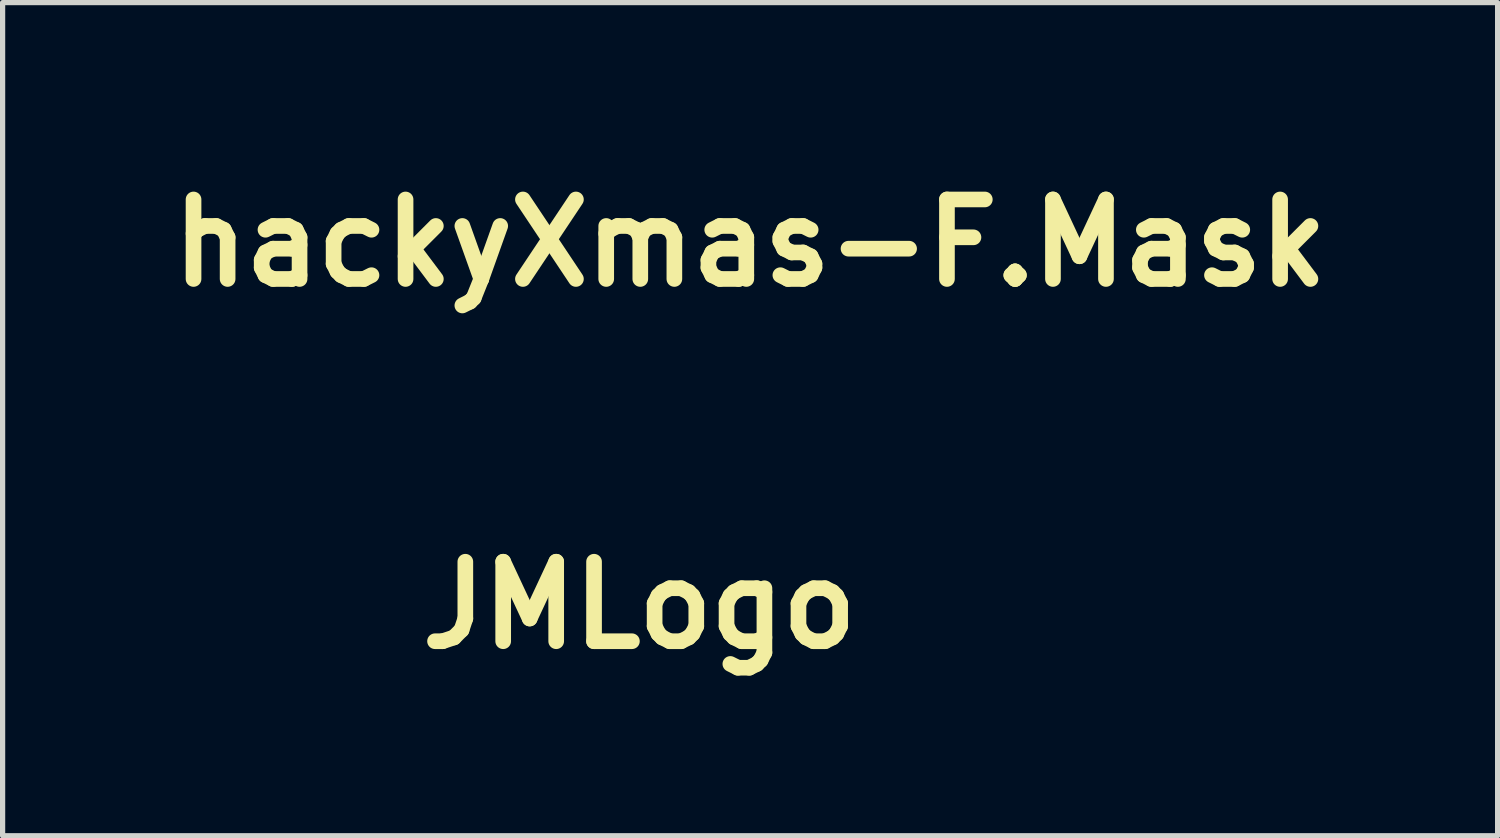
<source format=kicad_pcb>
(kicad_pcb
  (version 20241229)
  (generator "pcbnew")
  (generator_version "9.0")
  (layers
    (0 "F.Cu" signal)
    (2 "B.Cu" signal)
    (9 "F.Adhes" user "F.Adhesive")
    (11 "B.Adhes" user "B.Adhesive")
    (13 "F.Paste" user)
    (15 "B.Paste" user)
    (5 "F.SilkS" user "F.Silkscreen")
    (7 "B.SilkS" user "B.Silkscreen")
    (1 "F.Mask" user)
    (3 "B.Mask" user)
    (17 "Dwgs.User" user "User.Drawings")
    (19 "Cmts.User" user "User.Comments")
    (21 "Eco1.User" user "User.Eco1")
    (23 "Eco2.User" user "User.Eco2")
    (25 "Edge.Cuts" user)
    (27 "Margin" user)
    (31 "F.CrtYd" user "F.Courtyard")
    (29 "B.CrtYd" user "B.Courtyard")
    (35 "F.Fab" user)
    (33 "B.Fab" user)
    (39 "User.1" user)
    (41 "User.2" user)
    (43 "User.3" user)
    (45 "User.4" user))
  (footprint "hackyXmas-F.Mask"
    (layer "F.Cu")
    (at 3.2 2.116)
    (property "Reference" "hackyXmas-F.Mask" (at 8.128 -0.508 0) (layer "F.SilkS") (effects (font (size 1.524 1.524) (thickness 0.3))))
    (attr through_hole)
    (fp_poly (pts (xy 2.54 -2.111) (xy 2.765 -2.108) (xy 2.906 -2.102) (xy 2.946 -2.095) (xy 2.957 -2.031) (xy 2.966 -1.871) (xy 2.975 -1.629) (xy 2.982 -1.324) (xy 2.987 -0.97) (xy 2.991 -0.585) (xy 2.994 -0.183) (xy 2.994 0.218) (xy 2.994 0.603) (xy 2.991 0.954) (xy 2.986 1.257) (xy 2.98 1.495) (xy 2.971 1.652) (xy 2.963 1.708) (xy 2.879 1.8) (xy 2.802 1.834) (xy 2.724 1.84) (xy 2.548 1.848) (xy 2.285 1.858) (xy 1.951 1.869) (xy 1.559 1.881) (xy 1.123 1.894) (xy 0.655 1.907) (xy 0.17 1.92) (xy -0.318 1.932) (xy -0.796 1.944) (xy -1.25 1.954) (xy -1.666 1.963) (xy -2.032 1.969) (xy -2.332 1.974) (xy -2.554 1.976) (xy -2.569 1.976) (xy -2.822 1.967) (xy -2.971 1.941) (xy -3.023 1.903) (xy -3.028 1.831) (xy -3.03 1.66) (xy -3.028 1.404) (xy -3.023 1.077) (xy -3.015 0.693) (xy -3.005 0.267) (xy -2.998 0.001) (xy -2.982 -0.509) (xy -2.968 -0.918) (xy -2.955 -1.237) (xy -2.941 -1.478) (xy -2.926 -1.652) (xy -2.909 -1.77) (xy -2.889 -1.844) (xy -2.865 -1.885) (xy -2.852 -1.897) (xy -2.757 -1.926) (xy -2.565 -1.954) (xy -2.291 -1.979) (xy -1.952 -1.998) (xy -1.93 -1.999) (xy -1.583 -2.015) (xy -1.226 -2.033) (xy -0.898 -2.05) (xy -0.638 -2.066) (xy -0.607 -2.068) (xy -0.368 -2.081) (xy -0.221 -2.081) (xy -0.143 -2.065) (xy -0.115 -2.031) (xy -0.113 -2.008) (xy -0.158 -1.909) (xy -0.198 -1.883) (xy -0.24 -1.842) (xy -0.266 -1.744) (xy -0.279 -1.57) (xy -0.282 -1.353) (xy -0.287 -1.059) (xy -0.302 -0.86) (xy -0.333 -0.742) (xy -0.382 -0.687) (xy -0.429 -0.677) (xy -0.465 -0.655) (xy -0.488 -0.577) (xy -0.502 -0.428) (xy -0.507 -0.19) (xy -0.508 -0.039) (xy -0.508 0.599) (xy -0.694 0.779) (xy -0.82 0.887) (xy -0.941 0.941) (xy -1.105 0.958) (xy -1.193 0.96) (xy -1.409 0.947) (xy -1.544 0.902) (xy -1.6 0.856) (xy -1.685 0.69) (xy -1.667 0.518) (xy -1.552 0.372) (xy -1.436 0.225) (xy -1.419 0.052) (xy -1.503 -0.118) (xy -1.542 -0.159) (xy -1.711 -0.265) (xy -1.875 -0.259) (xy -2.022 -0.152) (xy -2.128 0.016) (xy -2.121 0.179) (xy -2.004 0.339) (xy -1.897 0.488) (xy -1.863 0.623) (xy -1.828 0.776) (xy -1.746 0.924) (xy -1.675 1.001) (xy -1.593 1.046) (xy -1.469 1.067) (xy -1.271 1.072) (xy -1.218 1.072) (xy -0.993 1.067) (xy -0.85 1.047) (xy -0.757 1.005) (xy -0.7 0.953) (xy -0.638 0.889) (xy -0.603 0.886) (xy -0.583 0.962) (xy -0.565 1.132) (xy -0.564 1.136) (xy -0.536 1.439) (xy -0.049 1.456) (xy 0.204 1.46) (xy 0.366 1.442) (xy 0.456 1.388) (xy 0.496 1.282) (xy 0.507 1.11) (xy 0.507 1.056) (xy 0.516 0.953) (xy 0.565 0.918) (xy 0.686 0.931) (xy 0.706 0.935) (xy 0.952 0.952) (xy 1.202 0.922) (xy 1.414 0.853) (xy 1.514 0.788) (xy 1.607 0.659) (xy 1.683 0.487) (xy 1.692 0.457) (xy 1.749 0.31) (xy 1.818 0.216) (xy 1.835 0.205) (xy 1.905 0.126) (xy 1.916 -0.008) (xy 1.872 -0.157) (xy 1.788 -0.272) (xy 1.619 -0.378) (xy 1.456 -0.371) (xy 1.308 -0.264) (xy 1.203 -0.098) (xy 1.21 0.063) (xy 1.329 0.223) (xy 1.355 0.245) (xy 1.49 0.4) (xy 1.513 0.543) (xy 1.424 0.674) (xy 1.341 0.734) (xy 1.11 0.83) (xy 0.865 0.832) (xy 0.678 0.782) (xy 0.492 0.717) (xy 0.523 0.042) (xy 0.535 -0.246) (xy 0.538 -0.439) (xy 0.53 -0.559) (xy 0.509 -0.624) (xy 0.474 -0.654) (xy 0.454 -0.66) (xy 0.381 -0.737) (xy 0.327 -0.918) (xy 0.294 -1.2) (xy 0.283 -1.568) (xy 0.27 -1.768) (xy 0.231 -1.874) (xy 0.198 -1.899) (xy 0.123 -1.966) (xy 0.113 -2.002) (xy 0.139 -2.026) (xy 0.225 -2.046) (xy 0.38 -2.062) (xy 0.614 -2.076) (xy 0.938 -2.088) (xy 1.362 -2.099) (xy 1.51 -2.102) (xy 1.896 -2.108) (xy 2.245 -2.111) (xy 2.54 -2.111)) (stroke (width 0.01) (type solid)) (fill yes) (layer "F.Mask")))
  (footprint "JMLogo"
    (layer "F.Cu")
    (at 9.208 8.552)
    (property "Reference" "JMLogo" (at 0 0 0) (layer "F.SilkS") (effects (font (size 1.524 1.524) (thickness 0.3))))
    (attr through_hole)
    (fp_poly (pts (xy 4.426 -1.156) (xy 4.49 -1.023) (xy 4.474 -0.88) (xy 4.389 -0.787) (xy 4.254 -0.765) (xy 4.123 -0.814) (xy 4.072 -0.875) (xy 4.048 -1.028) (xy 4.124 -1.153) (xy 4.275 -1.206) (xy 4.283 -1.206) (xy 4.426 -1.156)) (stroke (width 0.01) (type solid)) (fill yes) (layer "F.Paste"))
    (fp_poly (pts (xy 4.408 -0.385) (xy 4.452 -0.326) (xy 4.481 -0.219) (xy 4.499 -0.045) (xy 4.507 0.221) (xy 4.508 0.471) (xy 4.502 0.872) (xy 4.481 1.148) (xy 4.447 1.298) (xy 4.432 1.321) (xy 4.296 1.393) (xy 4.167 1.365) (xy 4.094 1.254) (xy 4.082 1.135) (xy 4.074 0.92) (xy 4.073 0.644) (xy 4.077 0.388) (xy 4.089 0.062) (xy 4.106 -0.159) (xy 4.132 -0.297) (xy 4.17 -0.375) (xy 4.202 -0.402) (xy 4.327 -0.431) (xy 4.408 -0.385)) (stroke (width 0.01) (type solid)) (fill yes) (layer "F.Paste"))
    (fp_poly (pts (xy 5.069 -1.418) (xy 5.107 -1.381) (xy 5.135 -1.31) (xy 5.156 -1.188) (xy 5.171 -1) (xy 5.181 -0.727) (xy 5.19 -0.352) (xy 5.193 -0.12) (xy 5.197 0.271) (xy 5.197 0.627) (xy 5.194 0.924) (xy 5.187 1.139) (xy 5.177 1.252) (xy 5.176 1.254) (xy 5.099 1.361) (xy 4.973 1.399) (xy 4.852 1.364) (xy 4.801 1.297) (xy 4.789 1.204) (xy 4.779 1.006) (xy 4.77 0.723) (xy 4.765 0.377) (xy 4.763 -0.011) (xy 4.763 -0.061) (xy 4.764 -0.501) (xy 4.769 -0.831) (xy 4.778 -1.067) (xy 4.794 -1.227) (xy 4.816 -1.328) (xy 4.848 -1.386) (xy 4.863 -1.401) (xy 4.985 -1.451) (xy 5.069 -1.418)) (stroke (width 0.01) (type solid)) (fill yes) (layer "F.Paste"))
    (fp_poly (pts (xy 5.768 -1.418) (xy 5.805 -1.381) (xy 5.833 -1.31) (xy 5.854 -1.188) (xy 5.869 -1) (xy 5.88 -0.727) (xy 5.888 -0.352) (xy 5.892 -0.12) (xy 5.896 0.271) (xy 5.896 0.627) (xy 5.892 0.924) (xy 5.885 1.139) (xy 5.875 1.252) (xy 5.875 1.254) (xy 5.798 1.361) (xy 5.672 1.399) (xy 5.551 1.364) (xy 5.5 1.297) (xy 5.488 1.204) (xy 5.477 1.006) (xy 5.469 0.723) (xy 5.463 0.377) (xy 5.461 -0.011) (xy 5.461 -0.061) (xy 5.462 -0.501) (xy 5.467 -0.831) (xy 5.477 -1.067) (xy 5.492 -1.227) (xy 5.515 -1.328) (xy 5.546 -1.386) (xy 5.562 -1.401) (xy 5.684 -1.451) (xy 5.768 -1.418)) (stroke (width 0.01) (type solid)) (fill yes) (layer "F.Paste"))
    (fp_poly (pts (xy 8.121 -0.4) (xy 8.276 -0.368) (xy 8.34 -0.392) (xy 8.479 -0.429) (xy 8.653 -0.433) (xy 8.797 -0.402) (xy 8.852 -0.326) (xy 8.858 -0.254) (xy 8.834 -0.136) (xy 8.735 -0.084) (xy 8.668 -0.074) (xy 8.486 -0.036) (xy 8.366 0.044) (xy 8.295 0.189) (xy 8.262 0.42) (xy 8.255 0.696) (xy 8.246 1) (xy 8.219 1.215) (xy 8.179 1.321) (xy 8.047 1.39) (xy 7.917 1.373) (xy 7.849 1.297) (xy 7.834 1.196) (xy 7.821 0.997) (xy 7.813 0.731) (xy 7.811 0.447) (xy 7.814 0.111) (xy 7.825 -0.119) (xy 7.847 -0.267) (xy 7.883 -0.354) (xy 7.911 -0.385) (xy 8.031 -0.435) (xy 8.121 -0.4)) (stroke (width 0.01) (type solid)) (fill yes) (layer "F.Paste"))
    (fp_poly (pts (xy -7.634 -0.223) (xy -7.632 0.212) (xy -7.638 0.571) (xy -7.654 0.838) (xy -7.678 0.998) (xy -7.685 1.019) (xy -7.825 1.203) (xy -8.048 1.331) (xy -8.32 1.394) (xy -8.609 1.387) (xy -8.88 1.303) (xy -8.936 1.272) (xy -9.126 1.092) (xy -9.203 0.854) (xy -9.197 0.689) (xy -9.139 0.566) (xy -9.035 0.54) (xy -8.918 0.607) (xy -8.833 0.73) (xy -8.73 0.907) (xy -8.609 0.991) (xy -8.423 1.015) (xy -8.401 1.015) (xy -8.256 1.001) (xy -8.15 0.945) (xy -8.077 0.831) (xy -8.032 0.643) (xy -8.009 0.364) (xy -8.001 -0.022) (xy -8.001 -0.106) (xy -8.001 -0.945) (xy -8.271 -0.965) (xy -8.442 -0.986) (xy -8.52 -1.031) (xy -8.541 -1.123) (xy -8.541 -1.143) (xy -8.534 -1.226) (xy -8.496 -1.273) (xy -8.399 -1.295) (xy -8.215 -1.301) (xy -8.096 -1.302) (xy -7.652 -1.302) (xy -7.634 -0.223)) (stroke (width 0.01) (type solid)) (fill yes) (layer "F.Paste"))
    (fp_poly (pts (xy -0.605 -0.42) (xy -0.419 -0.357) (xy -0.3 -0.27) (xy -0.272 -0.171) (xy -0.306 -0.116) (xy -0.419 -0.065) (xy -0.613 -0.036) (xy -0.718 -0.032) (xy -0.915 -0.025) (xy -1.014 0.003) (xy -1.047 0.062) (xy -1.048 0.086) (xy -0.999 0.182) (xy -0.845 0.276) (xy -0.73 0.323) (xy -0.479 0.439) (xy -0.332 0.569) (xy -0.265 0.741) (xy -0.254 0.897) (xy -0.284 1.096) (xy -0.391 1.24) (xy -0.421 1.265) (xy -0.622 1.36) (xy -0.879 1.4) (xy -1.14 1.384) (xy -1.354 1.312) (xy -1.398 1.282) (xy -1.5 1.158) (xy -1.496 1.028) (xy -1.444 0.923) (xy -1.361 0.897) (xy -1.216 0.948) (xy -1.133 0.989) (xy -0.939 1.053) (xy -0.77 1.045) (xy -0.659 0.974) (xy -0.635 0.893) (xy -0.681 0.796) (xy -0.828 0.705) (xy -0.937 0.661) (xy -1.199 0.55) (xy -1.359 0.437) (xy -1.439 0.3) (xy -1.46 0.115) (xy -1.46 0.114) (xy -1.411 -0.149) (xy -1.266 -0.331) (xy -1.027 -0.428) (xy -0.835 -0.445) (xy -0.605 -0.42)) (stroke (width 0.01) (type solid)) (fill yes) (layer "F.Paste"))
    (fp_poly (pts (xy -2.152 -0.422) (xy -1.907 -0.315) (xy -1.716 -0.135) (xy -1.605 0.104) (xy -1.587 0.253) (xy -1.607 0.427) (xy -1.678 0.54) (xy -1.822 0.604) (xy -2.059 0.631) (xy -2.25 0.635) (xy -2.499 0.644) (xy -2.634 0.674) (xy -2.666 0.714) (xy -2.608 0.877) (xy -2.463 0.989) (xy -2.264 1.037) (xy -2.045 1.006) (xy -2.013 0.994) (xy -1.811 0.936) (xy -1.693 0.967) (xy -1.651 1.091) (xy -1.651 1.106) (xy -1.708 1.237) (xy -1.857 1.333) (xy -2.069 1.388) (xy -2.313 1.4) (xy -2.559 1.362) (xy -2.775 1.273) (xy -2.955 1.092) (xy -3.066 0.822) (xy -3.102 0.485) (xy -3.09 0.306) (xy -3.067 0.193) (xy -2.667 0.193) (xy -2.651 0.265) (xy -2.584 0.303) (xy -2.435 0.316) (xy -2.318 0.318) (xy -2.094 0.305) (xy -1.981 0.267) (xy -1.968 0.243) (xy -2.02 0.117) (xy -2.141 -0.001) (xy -2.28 -0.062) (xy -2.3 -0.064) (xy -2.489 -0.024) (xy -2.624 0.077) (xy -2.667 0.193) (xy -3.067 0.193) (xy -3.031 0.017) (xy -2.919 -0.184) (xy -2.736 -0.333) (xy -2.694 -0.356) (xy -2.423 -0.441) (xy -2.152 -0.422)) (stroke (width 0.01) (type solid)) (fill yes) (layer "F.Paste"))
    (fp_poly (pts (xy -6.438 -0.406) (xy -6.229 -0.281) (xy -6.092 -0.058) (xy -6.038 0.131) (xy -5.992 0.421) (xy -5.972 0.723) (xy -5.978 0.998) (xy -6.01 1.207) (xy -6.035 1.274) (xy -6.12 1.357) (xy -6.233 1.396) (xy -6.325 1.381) (xy -6.35 1.331) (xy -6.389 1.298) (xy -6.473 1.331) (xy -6.671 1.387) (xy -6.913 1.39) (xy -7.136 1.343) (xy -7.225 1.298) (xy -7.327 1.184) (xy -7.364 1.008) (xy -7.366 0.945) (xy -7.359 0.861) (xy -6.987 0.861) (xy -6.973 0.971) (xy -6.862 1.057) (xy -6.806 1.074) (xy -6.742 1.052) (xy -6.647 1.006) (xy -6.49 0.892) (xy -6.418 0.776) (xy -6.435 0.682) (xy -6.547 0.636) (xy -6.576 0.635) (xy -6.776 0.668) (xy -6.917 0.752) (xy -6.987 0.861) (xy -7.359 0.861) (xy -7.351 0.75) (xy -7.313 0.595) (xy -7.304 0.574) (xy -7.181 0.458) (xy -6.971 0.368) (xy -6.717 0.321) (xy -6.626 0.318) (xy -6.464 0.289) (xy -6.416 0.209) (xy -6.486 0.086) (xy -6.538 0.034) (xy -6.651 -0.036) (xy -6.801 -0.052) (xy -6.951 -0.035) (xy -7.136 -0.016) (xy -7.234 -0.036) (xy -7.282 -0.101) (xy -7.274 -0.23) (xy -7.162 -0.34) (xy -6.972 -0.417) (xy -6.733 -0.445) (xy -6.438 -0.406)) (stroke (width 0.01) (type solid)) (fill yes) (layer "F.Paste"))
    (fp_poly (pts (xy 7.172 -0.396) (xy 7.404 -0.229) (xy 7.548 -0.058) (xy 7.611 0.105) (xy 7.62 0.235) (xy 7.602 0.415) (xy 7.556 0.544) (xy 7.544 0.559) (xy 7.438 0.6) (xy 7.235 0.627) (xy 7.004 0.635) (xy 6.729 0.647) (xy 6.574 0.684) (xy 6.533 0.752) (xy 6.601 0.854) (xy 6.652 0.901) (xy 6.85 1.024) (xy 7.055 1.035) (xy 7.219 0.984) (xy 7.381 0.917) (xy 7.465 0.899) (xy 7.511 0.934) (xy 7.556 1.015) (xy 7.585 1.13) (xy 7.52 1.242) (xy 7.494 1.269) (xy 7.337 1.353) (xy 7.105 1.395) (xy 6.844 1.394) (xy 6.602 1.348) (xy 6.466 1.288) (xy 6.316 1.164) (xy 6.222 0.996) (xy 6.173 0.758) (xy 6.16 0.435) (xy 6.163 0.232) (xy 6.54 0.232) (xy 6.584 0.286) (xy 6.726 0.313) (xy 6.89 0.318) (xy 7.113 0.305) (xy 7.227 0.267) (xy 7.239 0.243) (xy 7.187 0.115) (xy 7.064 -0.002) (xy 6.921 -0.062) (xy 6.901 -0.064) (xy 6.751 -0.02) (xy 6.615 0.085) (xy 6.543 0.209) (xy 6.54 0.232) (xy 6.163 0.232) (xy 6.164 0.195) (xy 6.185 0.039) (xy 6.238 -0.075) (xy 6.336 -0.189) (xy 6.375 -0.229) (xy 6.629 -0.406) (xy 6.901 -0.462) (xy 7.172 -0.396)) (stroke (width 0.01) (type solid)) (fill yes) (layer "F.Paste"))
    (fp_poly (pts (xy 2.091 -1.277) (xy 2.206 -1.147) (xy 2.346 -0.924) (xy 2.484 -0.668) (xy 2.778 -0.106) (xy 3.088 -0.704) (xy 3.263 -1.021) (xy 3.407 -1.225) (xy 3.527 -1.323) (xy 3.632 -1.321) (xy 3.726 -1.233) (xy 3.759 -1.152) (xy 3.782 -0.998) (xy 3.798 -0.76) (xy 3.807 -0.422) (xy 3.81 0.027) (xy 3.81 0.068) (xy 3.808 0.52) (xy 3.8 0.86) (xy 3.782 1.102) (xy 3.75 1.262) (xy 3.703 1.353) (xy 3.636 1.392) (xy 3.546 1.391) (xy 3.511 1.386) (xy 3.464 1.364) (xy 3.43 1.307) (xy 3.406 1.194) (xy 3.388 1.005) (xy 3.374 0.721) (xy 3.365 0.516) (xy 3.334 -0.331) (xy 3.111 0.088) (xy 2.974 0.32) (xy 2.857 0.465) (xy 2.784 0.507) (xy 2.695 0.453) (xy 2.573 0.303) (xy 2.453 0.111) (xy 2.227 -0.286) (xy 2.225 0.479) (xy 2.217 0.877) (xy 2.195 1.15) (xy 2.16 1.299) (xy 2.146 1.321) (xy 2.018 1.387) (xy 1.877 1.387) (xy 1.82 1.355) (xy 1.808 1.281) (xy 1.796 1.1) (xy 1.787 0.832) (xy 1.781 0.495) (xy 1.778 0.11) (xy 1.778 0.019) (xy 1.779 -0.422) (xy 1.783 -0.753) (xy 1.791 -0.989) (xy 1.804 -1.147) (xy 1.825 -1.244) (xy 1.853 -1.295) (xy 1.882 -1.314) (xy 1.987 -1.328) (xy 2.091 -1.277)) (stroke (width 0.01) (type solid)) (fill yes) (layer "F.Paste"))
    (fp_poly (pts (xy -3.717 -0.393) (xy -3.504 -0.259) (xy -3.372 -0.079) (xy -3.336 0.083) (xy -3.316 0.344) (xy -3.314 0.676) (xy -3.315 0.733) (xy -3.325 1.021) (xy -3.337 1.204) (xy -3.36 1.307) (xy -3.398 1.353) (xy -3.459 1.365) (xy -3.493 1.365) (xy -3.566 1.361) (xy -3.614 1.33) (xy -3.642 1.251) (xy -3.657 1.099) (xy -3.667 0.85) (xy -3.67 0.764) (xy -3.692 0.407) (xy -3.739 0.162) (xy -3.816 0.012) (xy -3.928 -0.056) (xy -4 -0.064) (xy -4.133 -0.031) (xy -4.227 0.075) (xy -4.288 0.27) (xy -4.322 0.569) (xy -4.331 0.764) (xy -4.341 1.043) (xy -4.355 1.22) (xy -4.379 1.319) (xy -4.422 1.364) (xy -4.491 1.381) (xy -4.518 1.385) (xy -4.687 1.404) (xy -4.709 0.768) (xy -4.731 0.405) (xy -4.773 0.156) (xy -4.842 0.007) (xy -4.943 -0.054) (xy -5.085 -0.04) (xy -5.127 -0.027) (xy -5.208 0.006) (xy -5.261 0.055) (xy -5.291 0.146) (xy -5.308 0.304) (xy -5.318 0.556) (xy -5.321 0.633) (xy -5.336 0.903) (xy -5.361 1.129) (xy -5.391 1.278) (xy -5.408 1.314) (xy -5.529 1.388) (xy -5.659 1.378) (xy -5.74 1.297) (xy -5.755 1.196) (xy -5.768 0.997) (xy -5.776 0.731) (xy -5.779 0.447) (xy -5.775 0.111) (xy -5.764 -0.119) (xy -5.742 -0.267) (xy -5.706 -0.354) (xy -5.678 -0.385) (xy -5.559 -0.435) (xy -5.466 -0.399) (xy -5.324 -0.365) (xy -5.265 -0.386) (xy -5.078 -0.44) (xy -4.851 -0.421) (xy -4.643 -0.335) (xy -4.612 -0.313) (xy -4.501 -0.24) (xy -4.446 -0.233) (xy -4.445 -0.239) (xy -4.39 -0.31) (xy -4.254 -0.381) (xy -4.084 -0.431) (xy -3.963 -0.445) (xy -3.717 -0.393)) (stroke (width 0.01) (type solid)) (fill yes) (layer "F.Paste"))
    (pad "1" smd circle (at -7.874 0.508) (size 0.00001 0.00001) (layers "F.Cu" "F.Paste"))
    (pad "1" smd circle (at -6.35 0.508) (size 0.00001 0.00001) (layers "F.Cu" "F.Paste"))
    (pad "1" smd circle (at -3.81 -0.254) (size 0.00001 0.00001) (layers "F.Cu" "F.Paste"))
    (pad "1" smd circle (at -2.032 0) (size 0.00001 0.00001) (layers "F.Cu" "F.Paste"))
    (pad "1" smd circle (at -0.762 -0.254) (size 0.00001 0.00001) (layers "F.Cu" "F.Paste"))
    (pad "1" smd circle (at 3.556 -0.508) (size 0.00001 0.00001) (layers "F.Cu" "F.Paste"))
    (pad "1" smd circle (at 4.318 -1.016) (size 0.00001 0.00001) (layers "F.Cu" "F.Paste"))
    (pad "1" smd circle (at 4.318 0) (size 0.00001 0.00001) (layers "F.Cu" "F.Paste"))
    (pad "1" smd circle (at 5.08 0.254) (size 0.00001 0.00001) (layers "F.Cu" "F.Paste"))
    (pad "1" smd circle (at 5.588 0) (size 0.00001 0.00001) (layers "F.Cu" "F.Paste"))
    (pad "1" smd circle (at 7.112 0.508) (size 0.00001 0.00001) (layers "F.Cu" "F.Paste"))
    (pad "1" smd circle (at 8.128 0) (size 0.00001 0.00001) (layers "F.Cu" "F.Paste")))
  (gr_rect
    (start -3 -3)
    (end 25.657 12.97)
    (stroke (width 0.1) (type default))
    (fill no)
    (layer "Edge.Cuts")))
</source>
